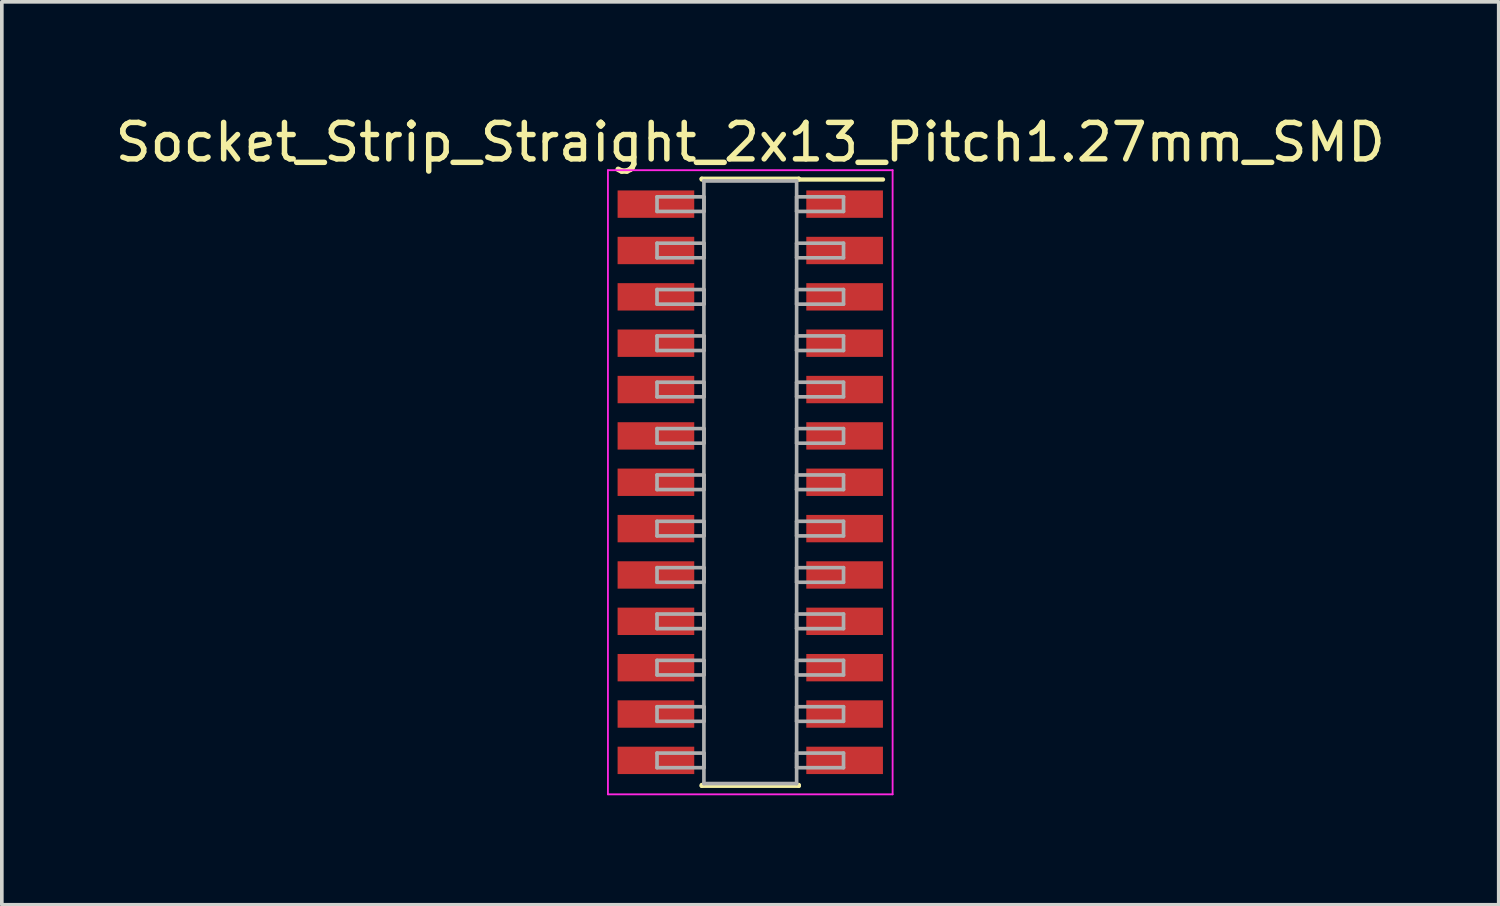
<source format=kicad_pcb>
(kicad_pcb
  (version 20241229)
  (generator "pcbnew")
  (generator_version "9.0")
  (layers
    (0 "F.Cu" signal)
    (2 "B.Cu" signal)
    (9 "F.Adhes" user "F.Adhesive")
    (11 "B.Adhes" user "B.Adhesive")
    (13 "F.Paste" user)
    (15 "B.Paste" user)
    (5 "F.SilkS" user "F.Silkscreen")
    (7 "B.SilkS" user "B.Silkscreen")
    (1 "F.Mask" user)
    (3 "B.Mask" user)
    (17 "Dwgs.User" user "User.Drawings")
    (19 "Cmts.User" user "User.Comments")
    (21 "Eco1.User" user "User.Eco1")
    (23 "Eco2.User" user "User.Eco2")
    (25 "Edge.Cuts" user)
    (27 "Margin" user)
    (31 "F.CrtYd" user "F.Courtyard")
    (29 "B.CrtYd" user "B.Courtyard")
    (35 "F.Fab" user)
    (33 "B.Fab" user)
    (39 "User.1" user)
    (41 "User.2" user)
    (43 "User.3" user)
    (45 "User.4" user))
  (footprint "Socket_Strip_Straight_2x13_Pitch1.27mm_SMD"
    (layer "F.Cu")
    (at 17.506 10.163)
    (property "Reference" "Socket_Strip_Straight_2x13_Pitch1.27mm_SMD" (at 0 -9.315 0) (layer "F.SilkS") (effects (font (size 1 1) (thickness 0.15))))
    (attr smd)
    (fp_line (start -1.33 -8.315) (end 1.33 -8.315) (stroke (width 0.12) (type solid)) (layer "F.SilkS"))
    (fp_line (start -1.33 -8.295) (end -1.33 -8.315) (stroke (width 0.12) (type solid)) (layer "F.SilkS"))
    (fp_line (start -1.33 8.295) (end -1.33 8.315) (stroke (width 0.12) (type solid)) (layer "F.SilkS"))
    (fp_line (start -1.33 8.315) (end 1.33 8.315) (stroke (width 0.12) (type solid)) (layer "F.SilkS"))
    (fp_line (start 1.33 -8.315) (end 1.33 -8.295) (stroke (width 0.12) (type solid)) (layer "F.SilkS"))
    (fp_line (start 1.33 8.315) (end 1.33 8.295) (stroke (width 0.12) (type solid)) (layer "F.SilkS"))
    (fp_line (start 3.635 -8.295) (end 1.33 -8.295) (stroke (width 0.12) (type solid)) (layer "F.SilkS"))
    (fp_line (start -3.9 -8.55) (end -3.9 8.55) (stroke (width 0.05) (type solid)) (layer "F.CrtYd"))
    (fp_line (start -3.9 8.55) (end 3.9 8.55) (stroke (width 0.05) (type solid)) (layer "F.CrtYd"))
    (fp_line (start 3.9 -8.55) (end -3.9 -8.55) (stroke (width 0.05) (type solid)) (layer "F.CrtYd"))
    (fp_line (start 3.9 8.55) (end 3.9 -8.55) (stroke (width 0.05) (type solid)) (layer "F.CrtYd"))
    (fp_line (start -2.555 -7.82) (end -1.27 -7.82) (stroke (width 0.1) (type solid)) (layer "F.Fab"))
    (fp_line (start -2.555 -7.42) (end -2.555 -7.82) (stroke (width 0.1) (type solid)) (layer "F.Fab"))
    (fp_line (start -2.555 -6.55) (end -1.27 -6.55) (stroke (width 0.1) (type solid)) (layer "F.Fab"))
    (fp_line (start -2.555 -6.15) (end -2.555 -6.55) (stroke (width 0.1) (type solid)) (layer "F.Fab"))
    (fp_line (start -2.555 -5.28) (end -1.27 -5.28) (stroke (width 0.1) (type solid)) (layer "F.Fab"))
    (fp_line (start -2.555 -4.88) (end -2.555 -5.28) (stroke (width 0.1) (type solid)) (layer "F.Fab"))
    (fp_line (start -2.555 -4.01) (end -1.27 -4.01) (stroke (width 0.1) (type solid)) (layer "F.Fab"))
    (fp_line (start -2.555 -3.61) (end -2.555 -4.01) (stroke (width 0.1) (type solid)) (layer "F.Fab"))
    (fp_line (start -2.555 -2.74) (end -1.27 -2.74) (stroke (width 0.1) (type solid)) (layer "F.Fab"))
    (fp_line (start -2.555 -2.34) (end -2.555 -2.74) (stroke (width 0.1) (type solid)) (layer "F.Fab"))
    (fp_line (start -2.555 -1.47) (end -1.27 -1.47) (stroke (width 0.1) (type solid)) (layer "F.Fab"))
    (fp_line (start -2.555 -1.07) (end -2.555 -1.47) (stroke (width 0.1) (type solid)) (layer "F.Fab"))
    (fp_line (start -2.555 -0.2) (end -1.27 -0.2) (stroke (width 0.1) (type solid)) (layer "F.Fab"))
    (fp_line (start -2.555 0.2) (end -2.555 -0.2) (stroke (width 0.1) (type solid)) (layer "F.Fab"))
    (fp_line (start -2.555 1.07) (end -1.27 1.07) (stroke (width 0.1) (type solid)) (layer "F.Fab"))
    (fp_line (start -2.555 1.47) (end -2.555 1.07) (stroke (width 0.1) (type solid)) (layer "F.Fab"))
    (fp_line (start -2.555 2.34) (end -1.27 2.34) (stroke (width 0.1) (type solid)) (layer "F.Fab"))
    (fp_line (start -2.555 2.74) (end -2.555 2.34) (stroke (width 0.1) (type solid)) (layer "F.Fab"))
    (fp_line (start -2.555 3.61) (end -1.27 3.61) (stroke (width 0.1) (type solid)) (layer "F.Fab"))
    (fp_line (start -2.555 4.01) (end -2.555 3.61) (stroke (width 0.1) (type solid)) (layer "F.Fab"))
    (fp_line (start -2.555 4.88) (end -1.27 4.88) (stroke (width 0.1) (type solid)) (layer "F.Fab"))
    (fp_line (start -2.555 5.28) (end -2.555 4.88) (stroke (width 0.1) (type solid)) (layer "F.Fab"))
    (fp_line (start -2.555 6.15) (end -1.27 6.15) (stroke (width 0.1) (type solid)) (layer "F.Fab"))
    (fp_line (start -2.555 6.55) (end -2.555 6.15) (stroke (width 0.1) (type solid)) (layer "F.Fab"))
    (fp_line (start -2.555 7.42) (end -1.27 7.42) (stroke (width 0.1) (type solid)) (layer "F.Fab"))
    (fp_line (start -2.555 7.82) (end -2.555 7.42) (stroke (width 0.1) (type solid)) (layer "F.Fab"))
    (fp_line (start -1.27 -8.255) (end -1.27 8.255) (stroke (width 0.1) (type solid)) (layer "F.Fab"))
    (fp_line (start -1.27 -7.82) (end -1.27 -7.42) (stroke (width 0.1) (type solid)) (layer "F.Fab"))
    (fp_line (start -1.27 -7.42) (end -2.555 -7.42) (stroke (width 0.1) (type solid)) (layer "F.Fab"))
    (fp_line (start -1.27 -6.55) (end -1.27 -6.15) (stroke (width 0.1) (type solid)) (layer "F.Fab"))
    (fp_line (start -1.27 -6.15) (end -2.555 -6.15) (stroke (width 0.1) (type solid)) (layer "F.Fab"))
    (fp_line (start -1.27 -5.28) (end -1.27 -4.88) (stroke (width 0.1) (type solid)) (layer "F.Fab"))
    (fp_line (start -1.27 -4.88) (end -2.555 -4.88) (stroke (width 0.1) (type solid)) (layer "F.Fab"))
    (fp_line (start -1.27 -4.01) (end -1.27 -3.61) (stroke (width 0.1) (type solid)) (layer "F.Fab"))
    (fp_line (start -1.27 -3.61) (end -2.555 -3.61) (stroke (width 0.1) (type solid)) (layer "F.Fab"))
    (fp_line (start -1.27 -2.74) (end -1.27 -2.34) (stroke (width 0.1) (type solid)) (layer "F.Fab"))
    (fp_line (start -1.27 -2.34) (end -2.555 -2.34) (stroke (width 0.1) (type solid)) (layer "F.Fab"))
    (fp_line (start -1.27 -1.47) (end -1.27 -1.07) (stroke (width 0.1) (type solid)) (layer "F.Fab"))
    (fp_line (start -1.27 -1.07) (end -2.555 -1.07) (stroke (width 0.1) (type solid)) (layer "F.Fab"))
    (fp_line (start -1.27 -0.2) (end -1.27 0.2) (stroke (width 0.1) (type solid)) (layer "F.Fab"))
    (fp_line (start -1.27 0.2) (end -2.555 0.2) (stroke (width 0.1) (type solid)) (layer "F.Fab"))
    (fp_line (start -1.27 1.07) (end -1.27 1.47) (stroke (width 0.1) (type solid)) (layer "F.Fab"))
    (fp_line (start -1.27 1.47) (end -2.555 1.47) (stroke (width 0.1) (type solid)) (layer "F.Fab"))
    (fp_line (start -1.27 2.34) (end -1.27 2.74) (stroke (width 0.1) (type solid)) (layer "F.Fab"))
    (fp_line (start -1.27 2.74) (end -2.555 2.74) (stroke (width 0.1) (type solid)) (layer "F.Fab"))
    (fp_line (start -1.27 3.61) (end -1.27 4.01) (stroke (width 0.1) (type solid)) (layer "F.Fab"))
    (fp_line (start -1.27 4.01) (end -2.555 4.01) (stroke (width 0.1) (type solid)) (layer "F.Fab"))
    (fp_line (start -1.27 4.88) (end -1.27 5.28) (stroke (width 0.1) (type solid)) (layer "F.Fab"))
    (fp_line (start -1.27 5.28) (end -2.555 5.28) (stroke (width 0.1) (type solid)) (layer "F.Fab"))
    (fp_line (start -1.27 6.15) (end -1.27 6.55) (stroke (width 0.1) (type solid)) (layer "F.Fab"))
    (fp_line (start -1.27 6.55) (end -2.555 6.55) (stroke (width 0.1) (type solid)) (layer "F.Fab"))
    (fp_line (start -1.27 7.42) (end -1.27 7.82) (stroke (width 0.1) (type solid)) (layer "F.Fab"))
    (fp_line (start -1.27 7.82) (end -2.555 7.82) (stroke (width 0.1) (type solid)) (layer "F.Fab"))
    (fp_line (start -1.27 8.255) (end 1.27 8.255) (stroke (width 0.1) (type solid)) (layer "F.Fab"))
    (fp_line (start 1.27 -8.255) (end -1.27 -8.255) (stroke (width 0.1) (type solid)) (layer "F.Fab"))
    (fp_line (start 1.27 -7.82) (end 1.27 -7.42) (stroke (width 0.1) (type solid)) (layer "F.Fab"))
    (fp_line (start 1.27 -7.42) (end 2.555 -7.42) (stroke (width 0.1) (type solid)) (layer "F.Fab"))
    (fp_line (start 1.27 -6.55) (end 1.27 -6.15) (stroke (width 0.1) (type solid)) (layer "F.Fab"))
    (fp_line (start 1.27 -6.15) (end 2.555 -6.15) (stroke (width 0.1) (type solid)) (layer "F.Fab"))
    (fp_line (start 1.27 -5.28) (end 1.27 -4.88) (stroke (width 0.1) (type solid)) (layer "F.Fab"))
    (fp_line (start 1.27 -4.88) (end 2.555 -4.88) (stroke (width 0.1) (type solid)) (layer "F.Fab"))
    (fp_line (start 1.27 -4.01) (end 1.27 -3.61) (stroke (width 0.1) (type solid)) (layer "F.Fab"))
    (fp_line (start 1.27 -3.61) (end 2.555 -3.61) (stroke (width 0.1) (type solid)) (layer "F.Fab"))
    (fp_line (start 1.27 -2.74) (end 1.27 -2.34) (stroke (width 0.1) (type solid)) (layer "F.Fab"))
    (fp_line (start 1.27 -2.34) (end 2.555 -2.34) (stroke (width 0.1) (type solid)) (layer "F.Fab"))
    (fp_line (start 1.27 -1.47) (end 1.27 -1.07) (stroke (width 0.1) (type solid)) (layer "F.Fab"))
    (fp_line (start 1.27 -1.07) (end 2.555 -1.07) (stroke (width 0.1) (type solid)) (layer "F.Fab"))
    (fp_line (start 1.27 -0.2) (end 1.27 0.2) (stroke (width 0.1) (type solid)) (layer "F.Fab"))
    (fp_line (start 1.27 0.2) (end 2.555 0.2) (stroke (width 0.1) (type solid)) (layer "F.Fab"))
    (fp_line (start 1.27 1.07) (end 1.27 1.47) (stroke (width 0.1) (type solid)) (layer "F.Fab"))
    (fp_line (start 1.27 1.47) (end 2.555 1.47) (stroke (width 0.1) (type solid)) (layer "F.Fab"))
    (fp_line (start 1.27 2.34) (end 1.27 2.74) (stroke (width 0.1) (type solid)) (layer "F.Fab"))
    (fp_line (start 1.27 2.74) (end 2.555 2.74) (stroke (width 0.1) (type solid)) (layer "F.Fab"))
    (fp_line (start 1.27 3.61) (end 1.27 4.01) (stroke (width 0.1) (type solid)) (layer "F.Fab"))
    (fp_line (start 1.27 4.01) (end 2.555 4.01) (stroke (width 0.1) (type solid)) (layer "F.Fab"))
    (fp_line (start 1.27 4.88) (end 1.27 5.28) (stroke (width 0.1) (type solid)) (layer "F.Fab"))
    (fp_line (start 1.27 5.28) (end 2.555 5.28) (stroke (width 0.1) (type solid)) (layer "F.Fab"))
    (fp_line (start 1.27 6.15) (end 1.27 6.55) (stroke (width 0.1) (type solid)) (layer "F.Fab"))
    (fp_line (start 1.27 6.55) (end 2.555 6.55) (stroke (width 0.1) (type solid)) (layer "F.Fab"))
    (fp_line (start 1.27 7.42) (end 1.27 7.82) (stroke (width 0.1) (type solid)) (layer "F.Fab"))
    (fp_line (start 1.27 7.82) (end 2.555 7.82) (stroke (width 0.1) (type solid)) (layer "F.Fab"))
    (fp_line (start 1.27 8.255) (end 1.27 -8.255) (stroke (width 0.1) (type solid)) (layer "F.Fab"))
    (fp_line (start 2.555 -7.82) (end 1.27 -7.82) (stroke (width 0.1) (type solid)) (layer "F.Fab"))
    (fp_line (start 2.555 -7.42) (end 2.555 -7.82) (stroke (width 0.1) (type solid)) (layer "F.Fab"))
    (fp_line (start 2.555 -6.55) (end 1.27 -6.55) (stroke (width 0.1) (type solid)) (layer "F.Fab"))
    (fp_line (start 2.555 -6.15) (end 2.555 -6.55) (stroke (width 0.1) (type solid)) (layer "F.Fab"))
    (fp_line (start 2.555 -5.28) (end 1.27 -5.28) (stroke (width 0.1) (type solid)) (layer "F.Fab"))
    (fp_line (start 2.555 -4.88) (end 2.555 -5.28) (stroke (width 0.1) (type solid)) (layer "F.Fab"))
    (fp_line (start 2.555 -4.01) (end 1.27 -4.01) (stroke (width 0.1) (type solid)) (layer "F.Fab"))
    (fp_line (start 2.555 -3.61) (end 2.555 -4.01) (stroke (width 0.1) (type solid)) (layer "F.Fab"))
    (fp_line (start 2.555 -2.74) (end 1.27 -2.74) (stroke (width 0.1) (type solid)) (layer "F.Fab"))
    (fp_line (start 2.555 -2.34) (end 2.555 -2.74) (stroke (width 0.1) (type solid)) (layer "F.Fab"))
    (fp_line (start 2.555 -1.47) (end 1.27 -1.47) (stroke (width 0.1) (type solid)) (layer "F.Fab"))
    (fp_line (start 2.555 -1.07) (end 2.555 -1.47) (stroke (width 0.1) (type solid)) (layer "F.Fab"))
    (fp_line (start 2.555 -0.2) (end 1.27 -0.2) (stroke (width 0.1) (type solid)) (layer "F.Fab"))
    (fp_line (start 2.555 0.2) (end 2.555 -0.2) (stroke (width 0.1) (type solid)) (layer "F.Fab"))
    (fp_line (start 2.555 1.07) (end 1.27 1.07) (stroke (width 0.1) (type solid)) (layer "F.Fab"))
    (fp_line (start 2.555 1.47) (end 2.555 1.07) (stroke (width 0.1) (type solid)) (layer "F.Fab"))
    (fp_line (start 2.555 2.34) (end 1.27 2.34) (stroke (width 0.1) (type solid)) (layer "F.Fab"))
    (fp_line (start 2.555 2.74) (end 2.555 2.34) (stroke (width 0.1) (type solid)) (layer "F.Fab"))
    (fp_line (start 2.555 3.61) (end 1.27 3.61) (stroke (width 0.1) (type solid)) (layer "F.Fab"))
    (fp_line (start 2.555 4.01) (end 2.555 3.61) (stroke (width 0.1) (type solid)) (layer "F.Fab"))
    (fp_line (start 2.555 4.88) (end 1.27 4.88) (stroke (width 0.1) (type solid)) (layer "F.Fab"))
    (fp_line (start 2.555 5.28) (end 2.555 4.88) (stroke (width 0.1) (type solid)) (layer "F.Fab"))
    (fp_line (start 2.555 6.15) (end 1.27 6.15) (stroke (width 0.1) (type solid)) (layer "F.Fab"))
    (fp_line (start 2.555 6.55) (end 2.555 6.15) (stroke (width 0.1) (type solid)) (layer "F.Fab"))
    (fp_line (start 2.555 7.42) (end 1.27 7.42) (stroke (width 0.1) (type solid)) (layer "F.Fab"))
    (fp_line (start 2.555 7.82) (end 2.555 7.42) (stroke (width 0.1) (type solid)) (layer "F.Fab"))
    (pad "1" smd rect (at 2.585 -7.62) (size 2.1 0.75) (layers "F.Cu" "F.Mask"))
    (pad "2" smd rect (at -2.585 -7.62) (size 2.1 0.75) (layers "F.Cu" "F.Mask"))
    (pad "3" smd rect (at 2.585 -6.35) (size 2.1 0.75) (layers "F.Cu" "F.Mask"))
    (pad "4" smd rect (at -2.585 -6.35) (size 2.1 0.75) (layers "F.Cu" "F.Mask"))
    (pad "5" smd rect (at 2.585 -5.08) (size 2.1 0.75) (layers "F.Cu" "F.Mask"))
    (pad "6" smd rect (at -2.585 -5.08) (size 2.1 0.75) (layers "F.Cu" "F.Mask"))
    (pad "7" smd rect (at 2.585 -3.81) (size 2.1 0.75) (layers "F.Cu" "F.Mask"))
    (pad "8" smd rect (at -2.585 -3.81) (size 2.1 0.75) (layers "F.Cu" "F.Mask"))
    (pad "9" smd rect (at 2.585 -2.54) (size 2.1 0.75) (layers "F.Cu" "F.Mask"))
    (pad "10" smd rect (at -2.585 -2.54) (size 2.1 0.75) (layers "F.Cu" "F.Mask"))
    (pad "11" smd rect (at 2.585 -1.27) (size 2.1 0.75) (layers "F.Cu" "F.Mask"))
    (pad "12" smd rect (at -2.585 -1.27) (size 2.1 0.75) (layers "F.Cu" "F.Mask"))
    (pad "13" smd rect (at 2.585 0) (size 2.1 0.75) (layers "F.Cu" "F.Mask"))
    (pad "14" smd rect (at -2.585 0) (size 2.1 0.75) (layers "F.Cu" "F.Mask"))
    (pad "15" smd rect (at 2.585 1.27) (size 2.1 0.75) (layers "F.Cu" "F.Mask"))
    (pad "16" smd rect (at -2.585 1.27) (size 2.1 0.75) (layers "F.Cu" "F.Mask"))
    (pad "17" smd rect (at 2.585 2.54) (size 2.1 0.75) (layers "F.Cu" "F.Mask"))
    (pad "18" smd rect (at -2.585 2.54) (size 2.1 0.75) (layers "F.Cu" "F.Mask"))
    (pad "19" smd rect (at 2.585 3.81) (size 2.1 0.75) (layers "F.Cu" "F.Mask"))
    (pad "20" smd rect (at -2.585 3.81) (size 2.1 0.75) (layers "F.Cu" "F.Mask"))
    (pad "21" smd rect (at 2.585 5.08) (size 2.1 0.75) (layers "F.Cu" "F.Mask"))
    (pad "22" smd rect (at -2.585 5.08) (size 2.1 0.75) (layers "F.Cu" "F.Mask"))
    (pad "23" smd rect (at 2.585 6.35) (size 2.1 0.75) (layers "F.Cu" "F.Mask"))
    (pad "24" smd rect (at -2.585 6.35) (size 2.1 0.75) (layers "F.Cu" "F.Mask"))
    (pad "25" smd rect (at 2.585 7.62) (size 2.1 0.75) (layers "F.Cu" "F.Mask"))
    (pad "26" smd rect (at -2.585 7.62) (size 2.1 0.75) (layers "F.Cu" "F.Mask")))
  (gr_rect
    (start -3 -3)
    (end 38.012 21.738)
    (stroke (width 0.1) (type default))
    (fill no)
    (layer "Edge.Cuts")))
</source>
